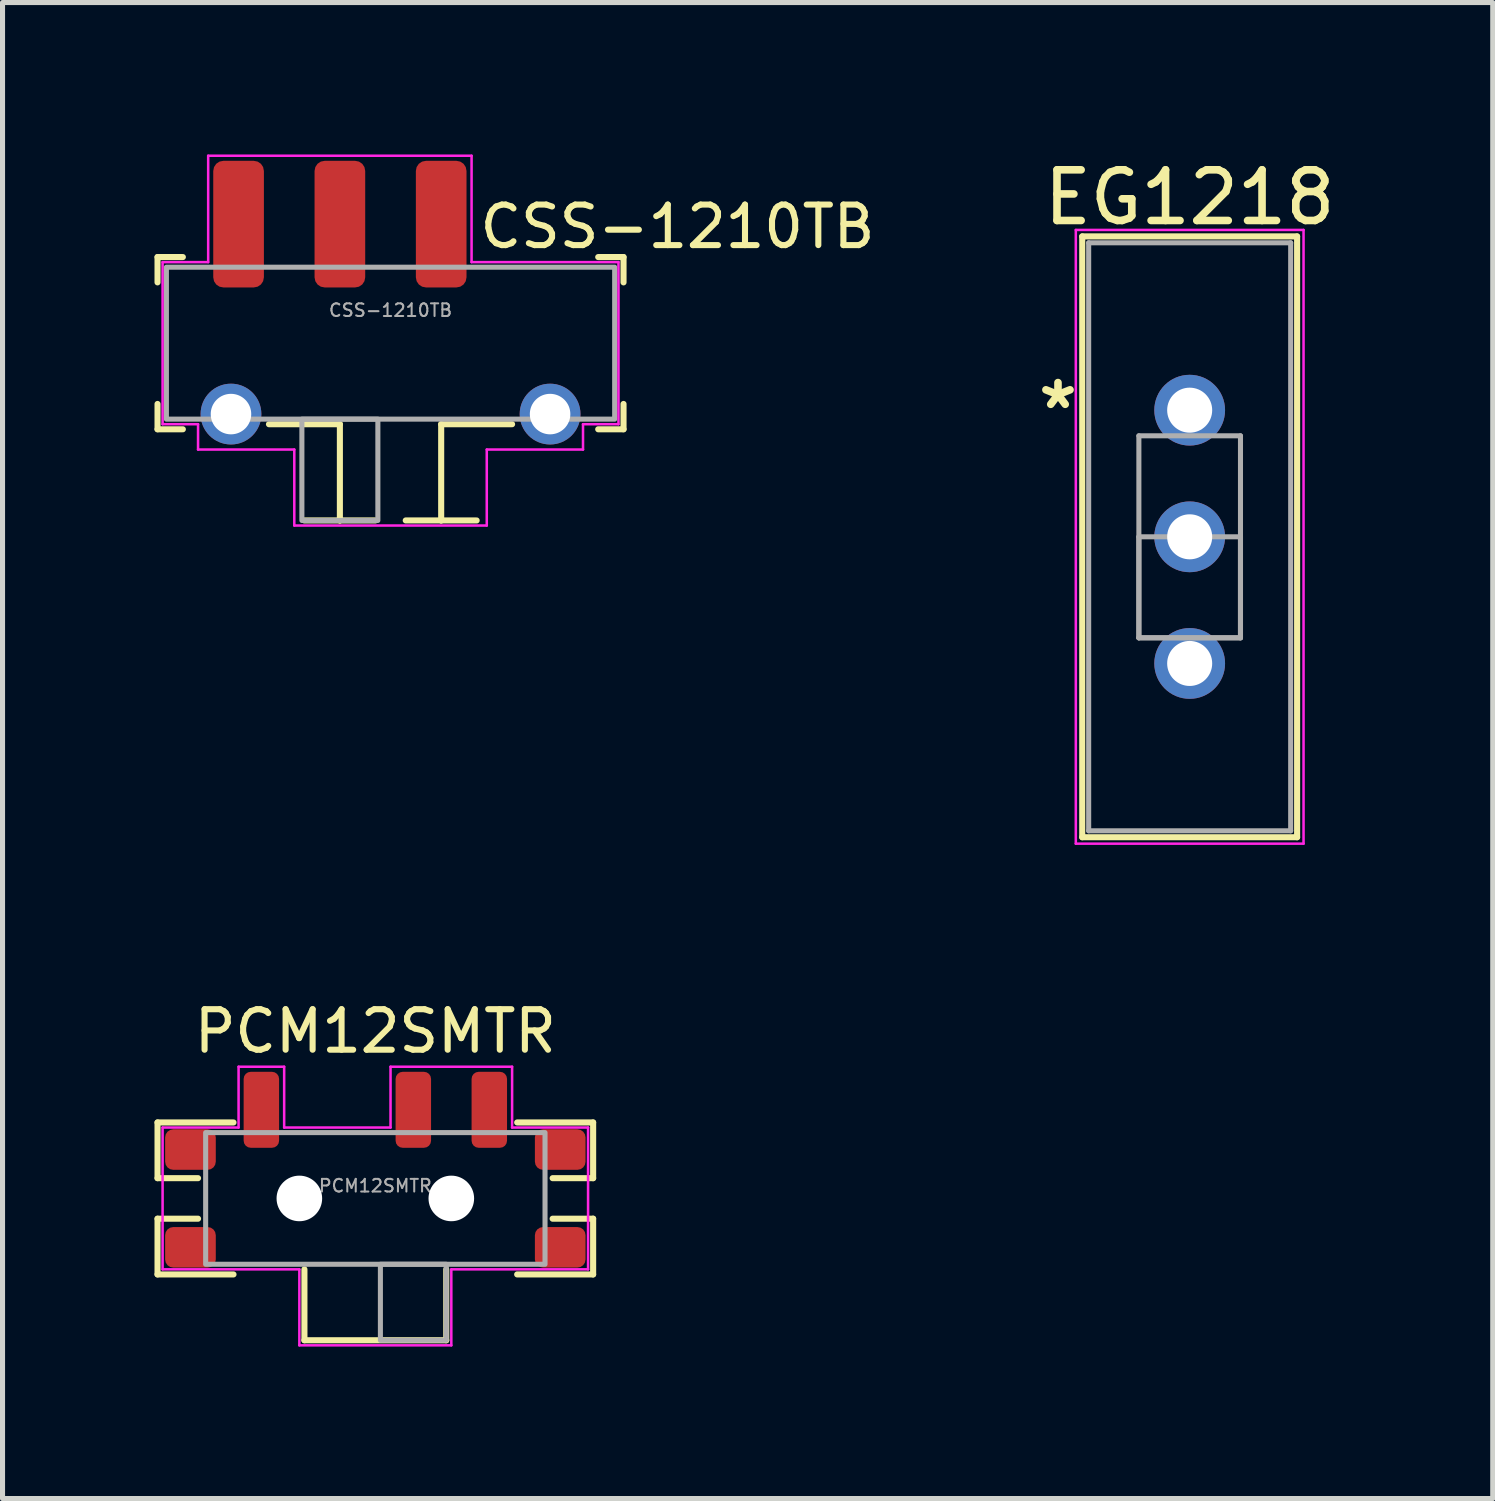
<source format=kicad_pcb>
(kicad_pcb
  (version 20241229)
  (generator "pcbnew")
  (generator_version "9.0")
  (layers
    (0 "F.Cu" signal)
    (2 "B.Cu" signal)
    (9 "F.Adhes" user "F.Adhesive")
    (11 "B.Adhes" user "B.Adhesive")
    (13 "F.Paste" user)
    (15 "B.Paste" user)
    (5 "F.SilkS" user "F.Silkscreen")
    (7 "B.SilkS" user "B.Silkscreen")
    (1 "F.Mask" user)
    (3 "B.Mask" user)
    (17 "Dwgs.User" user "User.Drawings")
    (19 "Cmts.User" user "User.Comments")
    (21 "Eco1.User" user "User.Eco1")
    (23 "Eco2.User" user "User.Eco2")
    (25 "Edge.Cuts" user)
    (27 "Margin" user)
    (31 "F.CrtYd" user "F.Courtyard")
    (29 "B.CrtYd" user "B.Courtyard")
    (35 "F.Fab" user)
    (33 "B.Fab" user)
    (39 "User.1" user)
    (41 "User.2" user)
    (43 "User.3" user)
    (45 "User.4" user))
  (footprint "PCM12SMTR"
    (layer "F.Cu")
    (at 4.36 20.61)
    (property "Reference" "PCM12SMTR" (at 0 -3.3 0) (unlocked yes) (layer "F.SilkS") (effects (font (size 0.8 0.8) (thickness 0.12))))
    (attr smd)
    (fp_line (start -4.3 -1.5) (end -2.8 -1.5) (stroke (width 0.12) (type solid)) (layer "F.SilkS"))
    (fp_line (start -4.3 -0.4) (end -4.3 -1.5) (stroke (width 0.12) (type solid)) (layer "F.SilkS"))
    (fp_line (start -4.3 0.4) (end -4.3 1.5) (stroke (width 0.12) (type solid)) (layer "F.SilkS"))
    (fp_line (start -4.3 1.5) (end -2.8 1.5) (stroke (width 0.12) (type solid)) (layer "F.SilkS"))
    (fp_line (start -3.5 -0.4) (end -4.3 -0.4) (stroke (width 0.12) (type solid)) (layer "F.SilkS"))
    (fp_line (start -3.5 0.4) (end -4.3 0.4) (stroke (width 0.12) (type solid)) (layer "F.SilkS"))
    (fp_line (start -1.4 1.4) (end -1.4 2.8) (stroke (width 0.12) (type solid)) (layer "F.SilkS"))
    (fp_line (start -1.4 2.8) (end 1.4 2.8) (stroke (width 0.12) (type solid)) (layer "F.SilkS"))
    (fp_line (start 1.4 2.8) (end 1.4 1.4) (stroke (width 0.12) (type solid)) (layer "F.SilkS"))
    (fp_line (start 3.5 -0.4) (end 4.3 -0.4) (stroke (width 0.12) (type solid)) (layer "F.SilkS"))
    (fp_line (start 3.5 0.4) (end 4.3 0.4) (stroke (width 0.12) (type solid)) (layer "F.SilkS"))
    (fp_line (start 4.3 -1.5) (end 2.8 -1.5) (stroke (width 0.12) (type solid)) (layer "F.SilkS"))
    (fp_line (start 4.3 -0.4) (end 4.3 -1.5) (stroke (width 0.12) (type solid)) (layer "F.SilkS"))
    (fp_line (start 4.3 0.4) (end 4.3 1.5) (stroke (width 0.12) (type solid)) (layer "F.SilkS"))
    (fp_line (start 4.3 1.5) (end 2.8 1.5) (stroke (width 0.12) (type solid)) (layer "F.SilkS"))
    (fp_line (start -4.2 -1.4) (end -2.7 -1.4) (stroke (width 0.05) (type solid)) (layer "F.CrtYd"))
    (fp_line (start -4.2 1.4) (end -4.2 -1.4) (stroke (width 0.05) (type solid)) (layer "F.CrtYd"))
    (fp_line (start -2.7 -2.6) (end -1.8 -2.6) (stroke (width 0.05) (type solid)) (layer "F.CrtYd"))
    (fp_line (start -2.7 -1.4) (end -2.7 -2.6) (stroke (width 0.05) (type solid)) (layer "F.CrtYd"))
    (fp_line (start -1.8 -2.6) (end -1.8 -1.4) (stroke (width 0.05) (type solid)) (layer "F.CrtYd"))
    (fp_line (start -1.8 -1.4) (end 0.3 -1.4) (stroke (width 0.05) (type solid)) (layer "F.CrtYd"))
    (fp_line (start -1.5 1.4) (end -4.2 1.4) (stroke (width 0.05) (type solid)) (layer "F.CrtYd"))
    (fp_line (start -1.5 2.9) (end -1.5 1.4) (stroke (width 0.05) (type solid)) (layer "F.CrtYd"))
    (fp_line (start -1.5 2.9) (end 1.5 2.9) (stroke (width 0.05) (type solid)) (layer "F.CrtYd"))
    (fp_line (start 0.3 -2.6) (end 2.7 -2.6) (stroke (width 0.05) (type solid)) (layer "F.CrtYd"))
    (fp_line (start 0.3 -1.4) (end 0.3 -2.6) (stroke (width 0.05) (type solid)) (layer "F.CrtYd"))
    (fp_line (start 1.5 1.4) (end 1.5 2.9) (stroke (width 0.05) (type solid)) (layer "F.CrtYd"))
    (fp_line (start 2.7 -2.6) (end 2.7 -1.4) (stroke (width 0.05) (type solid)) (layer "F.CrtYd"))
    (fp_line (start 2.7 -1.4) (end 4.2 -1.4) (stroke (width 0.05) (type solid)) (layer "F.CrtYd"))
    (fp_line (start 4.2 -1.4) (end 4.2 1.4) (stroke (width 0.05) (type solid)) (layer "F.CrtYd"))
    (fp_line (start 4.2 1.4) (end 1.5 1.4) (stroke (width 0.05) (type solid)) (layer "F.CrtYd"))
    (fp_rect (start -3.35 -1.3) (end 3.35 1.3) (stroke (width 0.1) (type solid)) (fill no) (layer "F.Fab"))
    (fp_rect (start 0.1 1.3) (end 1.4 2.8) (stroke (width 0.1) (type solid)) (fill no) (layer "F.Fab"))
    (fp_text user "${REFERENCE}" (at 0 -0.25 0) (unlocked yes) (layer "F.Fab") (effects (font (size 0.25 0.25) (thickness 0.04))))
    (pad "" np_thru_hole circle (at -1.5 0) (size 0.9 0.9) (drill 0.9) (layers "*.Cu" "*.Mask"))
    (pad "" np_thru_hole circle (at 1.5 0) (size 0.9 0.9) (drill 0.9) (layers "*.Cu" "*.Mask"))
    (pad "1" smd roundrect (at -2.25 -1.75) (size 0.7 1.5) (layers "F.Cu" "F.Mask" "F.Paste") (roundrect_rratio 0.2))
    (pad "2" smd roundrect (at 0.75 -1.75) (size 0.7 1.5) (layers "F.Cu" "F.Mask" "F.Paste") (roundrect_rratio 0.2))
    (pad "3" smd roundrect (at 2.25 -1.75) (size 0.7 1.5) (layers "F.Cu" "F.Mask" "F.Paste") (roundrect_rratio 0.2))
    (pad "M" smd roundrect (at -3.65 -0.965) (size 1 0.8) (layers "F.Cu" "F.Mask" "F.Paste") (roundrect_rratio 0.2))
    (pad "M" smd roundrect (at -3.65 0.965) (size 1 0.8) (layers "F.Cu" "F.Mask" "F.Paste") (roundrect_rratio 0.2))
    (pad "M" smd roundrect (at 3.65 -0.965) (size 1 0.8) (layers "F.Cu" "F.Mask" "F.Paste") (roundrect_rratio 0.2))
    (pad "M" smd roundrect (at 3.65 0.965) (size 1 0.8) (layers "F.Cu" "F.Mask" "F.Paste") (roundrect_rratio 0.2)))
  (footprint "EG1218"
    (layer "F.Cu")
    (at 20.437 5.048)
    (property "Reference" "EG1218" (at 0 -4.2 0) (layer "F.SilkS") (effects (font (size 1 1) (thickness 0.15))))
    (attr through_hole)
    (fp_line (start -2.121 -3.431) (end -2.121 8.431) (stroke (width 0.12) (type solid)) (layer "F.SilkS"))
    (fp_line (start -2.121 8.431) (end 2.121 8.431) (stroke (width 0.12) (type solid)) (layer "F.SilkS"))
    (fp_line (start 2.121 -3.431) (end -2.121 -3.431) (stroke (width 0.12) (type solid)) (layer "F.SilkS"))
    (fp_line (start 2.121 8.431) (end 2.121 -3.431) (stroke (width 0.12) (type solid)) (layer "F.SilkS"))
    (fp_line (start -2.248 -3.558) (end 2.248 -3.558) (stroke (width 0.05) (type solid)) (layer "F.CrtYd"))
    (fp_line (start -2.248 8.558) (end -2.248 -3.558) (stroke (width 0.05) (type solid)) (layer "F.CrtYd"))
    (fp_line (start 2.248 -3.558) (end 2.248 8.558) (stroke (width 0.05) (type solid)) (layer "F.CrtYd"))
    (fp_line (start 2.248 8.558) (end -2.248 8.558) (stroke (width 0.05) (type solid)) (layer "F.CrtYd"))
    (fp_line (start -1.994 -3.304) (end -1.994 8.304) (stroke (width 0.1) (type solid)) (layer "F.Fab"))
    (fp_line (start -1.994 8.304) (end 1.994 8.304) (stroke (width 0.1) (type solid)) (layer "F.Fab"))
    (fp_line (start -1.003 0.506) (end 1.003 0.506) (stroke (width 0.1) (type solid)) (layer "F.Fab"))
    (fp_line (start -1.003 2.5) (end 1.003 2.5) (stroke (width 0.1) (type solid)) (layer "F.Fab"))
    (fp_line (start -1.003 4.494) (end -1.003 0.506) (stroke (width 0.1) (type solid)) (layer "F.Fab"))
    (fp_line (start -1.003 4.494) (end -1.003 2.5) (stroke (width 0.1) (type solid)) (layer "F.Fab"))
    (fp_line (start 1.003 0.506) (end 1.003 4.494) (stroke (width 0.1) (type solid)) (layer "F.Fab"))
    (fp_line (start 1.003 2.5) (end 1.003 4.494) (stroke (width 0.1) (type solid)) (layer "F.Fab"))
    (fp_line (start 1.003 4.494) (end -1.003 4.494) (stroke (width 0.1) (type solid)) (layer "F.Fab"))
    (fp_line (start 1.003 4.494) (end -1.003 4.494) (stroke (width 0.1) (type solid)) (layer "F.Fab"))
    (fp_line (start 1.994 -3.304) (end -1.994 -3.304) (stroke (width 0.1) (type solid)) (layer "F.Fab"))
    (fp_line (start 1.994 8.304) (end 1.994 -3.304) (stroke (width 0.1) (type solid)) (layer "F.Fab"))
    (fp_text user "*" (at -2.6 0 0) (layer "F.SilkS") (effects (font (size 1 1) (thickness 0.15))))
    (pad "1" thru_hole circle (at 0 0) (size 1.397 1.397) (drill 0.889) (layers "*.Cu" "*.Mask"))
    (pad "2" thru_hole circle (at 0 2.5) (size 1.397 1.397) (drill 0.889) (layers "*.Cu" "*.Mask"))
    (pad "3" thru_hole circle (at 0 5) (size 1.397 1.397) (drill 0.889) (layers "*.Cu" "*.Mask")))
  (footprint "CSS-1210TB"
    (layer "F.Cu")
    (at 4.66 5.225)
    (property "Reference" "CSS-1210TB" (at 1.7 -3.8 0) (unlocked yes) (layer "F.SilkS") (effects (font (size 0.8 0.8) (thickness 0.12)) (justify left)))
    (attr smd)
    (fp_line (start -4.6 -3.2) (end -4.1 -3.2) (stroke (width 0.12) (type solid)) (layer "F.SilkS"))
    (fp_line (start -4.6 -2.7) (end -4.6 -3.2) (stroke (width 0.12) (type solid)) (layer "F.SilkS"))
    (fp_line (start -4.6 0.2) (end -4.6 -0.3) (stroke (width 0.12) (type solid)) (layer "F.SilkS"))
    (fp_line (start -4.1 0.2) (end -4.6 0.2) (stroke (width 0.12) (type solid)) (layer "F.SilkS"))
    (fp_line (start -1 0.1) (end -2.4 0.1) (stroke (width 0.12) (type solid)) (layer "F.SilkS"))
    (fp_line (start -1 0.1) (end -1 2) (stroke (width 0.12) (type solid)) (layer "F.SilkS"))
    (fp_line (start -1 2) (end -1.7 2) (stroke (width 0.12) (type solid)) (layer "F.SilkS"))
    (fp_line (start -1 2) (end -0.3 2) (stroke (width 0.12) (type solid)) (layer "F.SilkS"))
    (fp_line (start 1 0.1) (end 2.4 0.1) (stroke (width 0.12) (type solid)) (layer "F.SilkS"))
    (fp_line (start 1 2) (end 0.3 2) (stroke (width 0.12) (type solid)) (layer "F.SilkS"))
    (fp_line (start 1 2) (end 1 0.1) (stroke (width 0.12) (type solid)) (layer "F.SilkS"))
    (fp_line (start 1 2) (end 1.7 2) (stroke (width 0.12) (type solid)) (layer "F.SilkS"))
    (fp_line (start 4.1 -3.2) (end 4.6 -3.2) (stroke (width 0.12) (type solid)) (layer "F.SilkS"))
    (fp_line (start 4.6 -3.2) (end 4.6 -2.7) (stroke (width 0.12) (type solid)) (layer "F.SilkS"))
    (fp_line (start 4.6 -0.3) (end 4.6 0.2) (stroke (width 0.12) (type solid)) (layer "F.SilkS"))
    (fp_line (start 4.6 0.2) (end 4.1 0.2) (stroke (width 0.12) (type solid)) (layer "F.SilkS"))
    (fp_line (start -4.5 -3.1) (end -3.6 -3.1) (stroke (width 0.05) (type solid)) (layer "F.CrtYd"))
    (fp_line (start -4.5 0.1) (end -4.5 -3.1) (stroke (width 0.05) (type solid)) (layer "F.CrtYd"))
    (fp_line (start -3.8 0.1) (end -4.5 0.1) (stroke (width 0.05) (type solid)) (layer "F.CrtYd"))
    (fp_line (start -3.8 0.6) (end -3.8 0.1) (stroke (width 0.05) (type solid)) (layer "F.CrtYd"))
    (fp_line (start -3.6 -5.2) (end 1.6 -5.2) (stroke (width 0.05) (type solid)) (layer "F.CrtYd"))
    (fp_line (start -3.6 -3.1) (end -3.6 -5.2) (stroke (width 0.05) (type solid)) (layer "F.CrtYd"))
    (fp_line (start -1.9 0.6) (end -3.8 0.6) (stroke (width 0.05) (type solid)) (layer "F.CrtYd"))
    (fp_line (start -1.9 2.1) (end -1.9 0.6) (stroke (width 0.05) (type solid)) (layer "F.CrtYd"))
    (fp_line (start 1.6 -5.2) (end 1.6 -3.1) (stroke (width 0.05) (type solid)) (layer "F.CrtYd"))
    (fp_line (start 1.6 -3.1) (end 4.5 -3.1) (stroke (width 0.05) (type solid)) (layer "F.CrtYd"))
    (fp_line (start 1.9 0.6) (end 1.9 2.1) (stroke (width 0.05) (type solid)) (layer "F.CrtYd"))
    (fp_line (start 1.9 2.1) (end -1.9 2.1) (stroke (width 0.05) (type solid)) (layer "F.CrtYd"))
    (fp_line (start 3.8 0.1) (end 3.8 0.6) (stroke (width 0.05) (type solid)) (layer "F.CrtYd"))
    (fp_line (start 3.8 0.6) (end 1.9 0.6) (stroke (width 0.05) (type solid)) (layer "F.CrtYd"))
    (fp_line (start 4.5 -3.1) (end 4.5 0.1) (stroke (width 0.05) (type solid)) (layer "F.CrtYd"))
    (fp_line (start 4.5 0.1) (end 3.8 0.1) (stroke (width 0.05) (type solid)) (layer "F.CrtYd"))
    (fp_rect (start -4.425 -3) (end 4.425 0) (stroke (width 0.1) (type solid)) (fill no) (layer "F.Fab"))
    (fp_rect (start -1.75 0) (end -0.25 2) (stroke (width 0.1) (type solid)) (fill no) (layer "F.Fab"))
    (fp_text user "${REFERENCE}" (at 0 -2.15 0) (unlocked yes) (layer "F.Fab") (effects (font (size 0.25 0.25) (thickness 0.04))))
    (pad "1" smd roundrect (at -3 -3.85) (size 1 2.5) (layers "F.Cu" "F.Mask" "F.Paste") (roundrect_rratio 0.2))
    (pad "2" smd roundrect (at -1 -3.85) (size 1 2.5) (layers "F.Cu" "F.Mask" "F.Paste") (roundrect_rratio 0.2))
    (pad "3" smd roundrect (at 1 -3.85) (size 1 2.5) (layers "F.Cu" "F.Mask" "F.Paste") (roundrect_rratio 0.2))
    (pad "M" thru_hole circle (at -3.15 -0.1) (size 1.2 1.2) (drill 0.8) (layers "*.Cu" "*.Mask"))
    (pad "M" thru_hole circle (at 3.15 -0.1) (size 1.2 1.2) (drill 0.8) (layers "*.Cu" "*.Mask")))
  (gr_rect
    (start -3 -3)
    (end 26.42 26.535)
    (stroke (width 0.1) (type default))
    (fill no)
    (layer "Edge.Cuts")))
</source>
